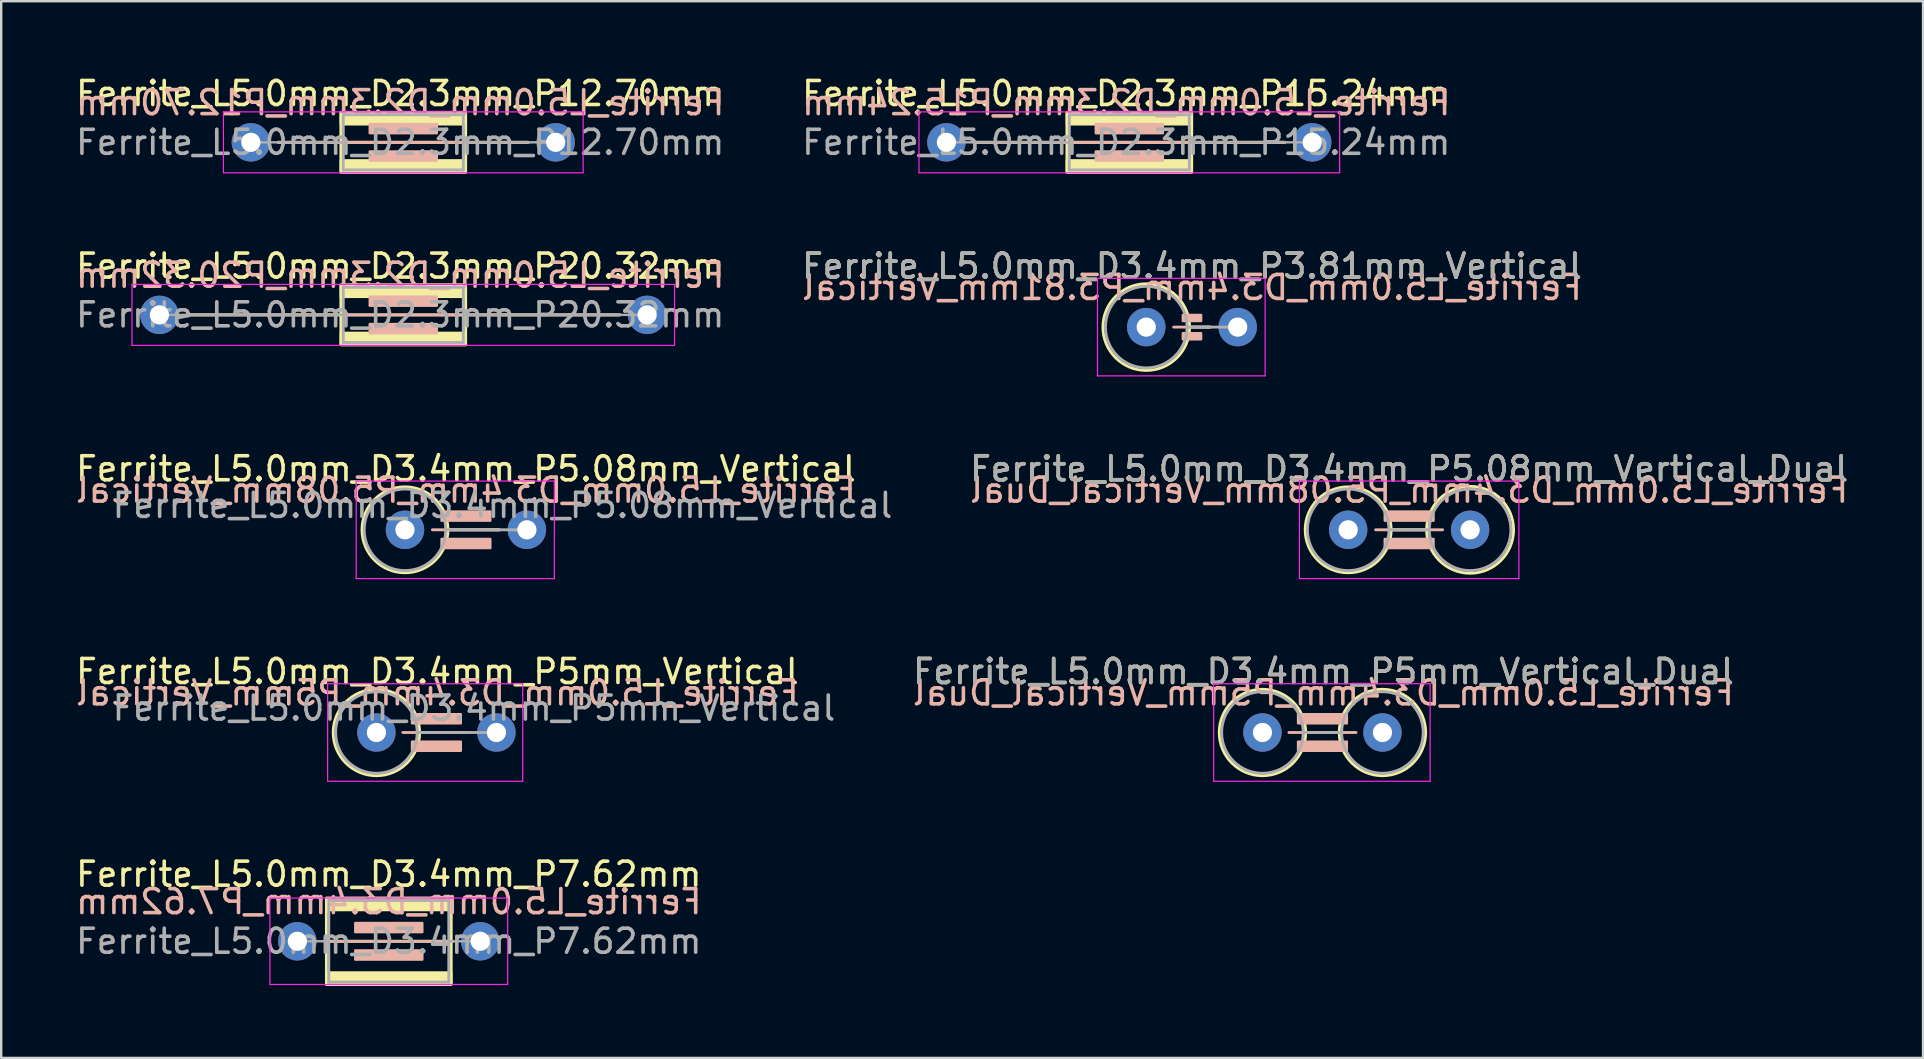
<source format=kicad_pcb>
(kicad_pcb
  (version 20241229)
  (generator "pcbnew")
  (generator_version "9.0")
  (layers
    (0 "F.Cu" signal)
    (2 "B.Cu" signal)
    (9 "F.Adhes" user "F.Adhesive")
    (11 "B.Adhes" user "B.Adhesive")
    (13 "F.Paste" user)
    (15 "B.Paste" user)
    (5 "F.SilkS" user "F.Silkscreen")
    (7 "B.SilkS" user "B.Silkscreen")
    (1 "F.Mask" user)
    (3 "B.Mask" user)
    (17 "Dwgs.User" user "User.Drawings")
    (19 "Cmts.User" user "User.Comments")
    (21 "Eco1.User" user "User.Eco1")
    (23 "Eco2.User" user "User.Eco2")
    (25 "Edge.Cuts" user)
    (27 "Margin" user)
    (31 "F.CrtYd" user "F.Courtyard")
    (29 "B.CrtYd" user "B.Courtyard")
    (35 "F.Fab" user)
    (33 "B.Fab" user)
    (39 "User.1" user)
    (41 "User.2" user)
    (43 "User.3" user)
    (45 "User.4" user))
  (footprint "Ferrite_L5.0mm_D3.4mm_P5mm_Vertical_Dual"
    (layer "F.Cu")
    (at 49.549 27.469)
    (property "Reference" "Ferrite_L5.0mm_D3.4mm_P5mm_Vertical_Dual" (at 2.54 -2.54 0) (layer "F.SilkS") (effects (font (size 1 1) (thickness 0.15))))
    (fp_line (start 1.8 0) (end 3.2 0) (stroke (width 0.12) (type solid)) (layer "F.SilkS"))
    (fp_circle (center 0 0) (end 1.8 0) (stroke (width 0.12) (type solid)) (fill no) (layer "F.SilkS"))
    (fp_circle (center 5 0) (end 6.8 0) (stroke (width 0.12) (type solid)) (fill no) (layer "F.SilkS"))
    (fp_line (start 3.897 0) (end 1.103 0) (stroke (width 0.12) (type solid)) (layer "B.SilkS"))
    (fp_rect (start 1.484 -0.762) (end 3.516 -0.381) (stroke (width 0.1) (type solid)) (fill yes) (layer "B.SilkS"))
    (fp_rect (start 1.484 0.381) (end 3.516 0.762) (stroke (width 0.1) (type solid)) (fill yes) (layer "B.SilkS"))
    (fp_line (start -2.032 -2.032) (end 6.985 -2.032) (stroke (width 0.05) (type solid)) (layer "F.CrtYd"))
    (fp_line (start -2.032 2.032) (end -2.032 -2.032) (stroke (width 0.05) (type solid)) (layer "F.CrtYd"))
    (fp_line (start 6.985 -2.032) (end 6.985 2.032) (stroke (width 0.05) (type solid)) (layer "F.CrtYd"))
    (fp_line (start 6.985 2.032) (end -2.032 2.032) (stroke (width 0.05) (type solid)) (layer "F.CrtYd"))
    (fp_line (start 1.7 0) (end 3.3 0) (stroke (width 0.12) (type solid)) (layer "F.Fab"))
    (fp_circle (center 0 0) (end 1.7 0) (stroke (width 0.12) (type solid)) (fill no) (layer "F.Fab"))
    (fp_circle (center 5 0) (end 6.7 0) (stroke (width 0.12) (type solid)) (fill no) (layer "F.Fab"))
    (fp_text user "${REFERENCE}" (at 2.54 -1.651 0) (layer "B.SilkS") (effects (font (size 1 1) (thickness 0.15)) (justify mirror)))
    (fp_text user "${REFERENCE}" (at 2.54 -2.539 0) (layer "F.Fab") (effects (font (size 1 1) (thickness 0.15))))
    (pad "1" thru_hole circle (at 0 0) (size 1.6 1.6) (drill 0.8) (layers "*.Cu" "*.Mask"))
    (pad "2" thru_hole circle (at 5 0) (size 1.6 1.6) (drill 0.8) (layers "*.Cu" "*.Mask")))
  (footprint "Ferrite_L5.0mm_D3.4mm_P5mm_Vertical"
    (layer "F.Cu")
    (at 12.633 27.469)
    (property "Reference" "Ferrite_L5.0mm_D3.4mm_P5mm_Vertical" (at 2.54 -2.54 0) (layer "F.SilkS") (effects (font (size 1 1) (thickness 0.15))))
    (fp_line (start 1.8 0) (end 3.81 0) (stroke (width 0.12) (type solid)) (layer "F.SilkS"))
    (fp_circle (center 0 0) (end 1.8 0) (stroke (width 0.12) (type solid)) (fill no) (layer "F.SilkS"))
    (fp_line (start 3.897 0) (end 1.103 0) (stroke (width 0.12) (type solid)) (layer "B.SilkS"))
    (fp_rect (start 1.484 -0.762) (end 3.516 -0.381) (stroke (width 0.1) (type solid)) (fill yes) (layer "B.SilkS"))
    (fp_rect (start 1.484 0.381) (end 3.516 0.762) (stroke (width 0.1) (type solid)) (fill yes) (layer "B.SilkS"))
    (fp_line (start -2.032 -2.032) (end 6.096 -2.032) (stroke (width 0.05) (type solid)) (layer "F.CrtYd"))
    (fp_line (start -2.032 2.032) (end -2.032 -2.032) (stroke (width 0.05) (type solid)) (layer "F.CrtYd"))
    (fp_line (start 6.096 -2.032) (end 6.096 2.032) (stroke (width 0.05) (type solid)) (layer "F.CrtYd"))
    (fp_line (start 6.096 2.032) (end -2.032 2.032) (stroke (width 0.05) (type solid)) (layer "F.CrtYd"))
    (fp_line (start 1.7 0) (end 5 0) (stroke (width 0.12) (type solid)) (layer "F.Fab"))
    (fp_circle (center 0 0) (end 1.7 0) (stroke (width 0.12) (type solid)) (fill no) (layer "F.Fab"))
    (fp_text user "${REFERENCE}" (at 2.54 -1.651 0) (layer "B.SilkS") (effects (font (size 1 1) (thickness 0.15)) (justify mirror)))
    (fp_text user "${REFERENCE}" (at 4.064 -1.016 0) (layer "F.Fab") (effects (font (size 1 1) (thickness 0.15))))
    (pad "1" thru_hole circle (at 0 0) (size 1.6 1.6) (drill 0.8) (layers "*.Cu" "*.Mask"))
    (pad "2" thru_hole circle (at 5 0) (size 1.6 1.6) (drill 0.8) (layers "*.Cu" "*.Mask")))
  (footprint "Ferrite_L5.0mm_D3.4mm_P5.08mm_Vertical_Dual"
    (layer "F.Cu")
    (at 53.121 19.024)
    (property "Reference" "Ferrite_L5.0mm_D3.4mm_P5.08mm_Vertical_Dual" (at 2.54 -2.54 0) (layer "F.SilkS") (effects (font (size 1 1) (thickness 0.15))))
    (fp_line (start 1.79 0) (end 3.27 0) (stroke (width 0.12) (type solid)) (layer "F.SilkS"))
    (fp_circle (center 0 0) (end 1.79 0) (stroke (width 0.12) (type solid)) (fill no) (layer "F.SilkS"))
    (fp_circle (center 5.08 0) (end 6.89 0) (stroke (width 0.12) (type solid)) (fill no) (layer "F.SilkS"))
    (fp_line (start 3.937 0) (end 1.143 0) (stroke (width 0.12) (type solid)) (layer "B.SilkS"))
    (fp_rect (start 1.524 -0.762) (end 3.556 -0.381) (stroke (width 0.1) (type solid)) (fill yes) (layer "B.SilkS"))
    (fp_rect (start 1.524 0.381) (end 3.556 0.762) (stroke (width 0.1) (type solid)) (fill yes) (layer "B.SilkS"))
    (fp_line (start -2.032 -2.032) (end 7.112 -2.032) (stroke (width 0.05) (type solid)) (layer "F.CrtYd"))
    (fp_line (start -2.032 2.032) (end -2.032 -2.032) (stroke (width 0.05) (type solid)) (layer "F.CrtYd"))
    (fp_line (start 7.112 -2.032) (end 7.112 2.032) (stroke (width 0.05) (type solid)) (layer "F.CrtYd"))
    (fp_line (start 7.112 2.032) (end -2.032 2.032) (stroke (width 0.05) (type solid)) (layer "F.CrtYd"))
    (fp_line (start 1.7 0) (end 3.38 0) (stroke (width 0.12) (type solid)) (layer "F.Fab"))
    (fp_circle (center 0 0) (end 1.7 0) (stroke (width 0.12) (type solid)) (fill no) (layer "F.Fab"))
    (fp_circle (center 5.08 0) (end 6.78 0) (stroke (width 0.12) (type solid)) (fill no) (layer "F.Fab"))
    (fp_text user "${REFERENCE}" (at 2.54 -1.651 0) (layer "B.SilkS") (effects (font (size 1 1) (thickness 0.15)) (justify mirror)))
    (fp_text user "${REFERENCE}" (at 2.54 -2.539 0) (layer "F.Fab") (effects (font (size 1 1) (thickness 0.15))))
    (pad "1" thru_hole circle (at 0 0) (size 1.6 1.6) (drill 0.8) (layers "*.Cu" "*.Mask"))
    (pad "2" thru_hole circle (at 5.08 0) (size 1.6 1.6) (drill 0.8) (layers "*.Cu" "*.Mask")))
  (footprint "Ferrite_L5.0mm_D2.3mm_P15.24mm"
    (layer "F.Cu")
    (at 36.382 2.88)
    (property "Reference" "Ferrite_L5.0mm_D2.3mm_P15.24mm" (at 7.493 -2.032 0) (layer "F.SilkS") (effects (font (size 1 1) (thickness 0.15))))
    (fp_line (start 9.234 0.000002) (end 1.143 0) (stroke (width 0.12) (type solid)) (layer "F.SilkS"))
    (fp_line (start 9.234 0.000002) (end 14.097 0) (stroke (width 0.12) (type solid)) (layer "F.SilkS"))
    (fp_rect (start 5.02 -1.25) (end 10.22 1.25) (stroke (width 0.12) (type solid)) (fill no) (layer "F.SilkS"))
    (fp_poly (pts (xy 5.02 0.75) (xy 10.22 0.75) (xy 10.22 1.25) (xy 5.02 1.25)) (stroke (width 0.1) (type solid)) (fill yes) (layer "F.SilkS"))
    (fp_poly (pts (xy 10.22 -0.75) (xy 5.02 -0.75) (xy 5.02 -1.25) (xy 10.22 -1.25)) (stroke (width 0.1) (type solid)) (fill yes) (layer "F.SilkS"))
    (fp_line (start 1.143 0) (end 14.097 0) (stroke (width 0.12) (type solid)) (layer "B.SilkS"))
    (fp_rect (start 6.223 -0.762) (end 9.017 -0.381) (stroke (width 0.1) (type solid)) (fill yes) (layer "B.SilkS"))
    (fp_rect (start 6.223 0.381) (end 9.017 0.762) (stroke (width 0.1) (type solid)) (fill yes) (layer "B.SilkS"))
    (fp_line (start -1.143 -1.27) (end 16.383 -1.27) (stroke (width 0.05) (type solid)) (layer "F.CrtYd"))
    (fp_line (start -1.143 1.27) (end -1.143 -1.27) (stroke (width 0.05) (type solid)) (layer "F.CrtYd"))
    (fp_line (start 16.383 -1.27) (end 16.383 1.27) (stroke (width 0.05) (type solid)) (layer "F.CrtYd"))
    (fp_line (start 16.383 1.27) (end -1.143 1.27) (stroke (width 0.05) (type solid)) (layer "F.CrtYd"))
    (fp_line (start 0 0) (end 5.12 0) (stroke (width 0.1) (type solid)) (layer "F.Fab"))
    (fp_line (start 5.12 -1.15) (end 10.12 -1.15) (stroke (width 0.12) (type solid)) (layer "F.Fab"))
    (fp_line (start 5.12 1.15) (end 5.12 -1.15) (stroke (width 0.12) (type solid)) (layer "F.Fab"))
    (fp_line (start 10.12 -1.15) (end 10.12 1.15) (stroke (width 0.12) (type solid)) (layer "F.Fab"))
    (fp_line (start 10.12 1.15) (end 5.12 1.15) (stroke (width 0.12) (type solid)) (layer "F.Fab"))
    (fp_line (start 15.24 0) (end 10.12 0) (stroke (width 0.1) (type solid)) (layer "F.Fab"))
    (fp_text user "${REFERENCE}" (at 7.493 -1.651 0) (layer "B.SilkS") (effects (font (size 1 1) (thickness 0.15)) (justify mirror)))
    (fp_text user "${REFERENCE}" (at 7.493 0 0) (layer "F.Fab") (effects (font (size 1 1) (thickness 0.15))))
    (pad "1" thru_hole circle (at 0 0) (size 1.6 1.6) (drill 0.8) (layers "*.Cu" "*.Mask"))
    (pad "2" thru_hole circle (at 15.24 0) (size 1.6 1.6) (drill 0.8) (layers "*.Cu" "*.Mask")))
  (footprint "Ferrite_L5.0mm_D2.3mm_P20.32mm"
    (layer "F.Cu")
    (at 3.592 10.07)
    (property "Reference" "Ferrite_L5.0mm_D2.3mm_P20.32mm" (at 10.033 -2.032 0) (layer "F.SilkS") (effects (font (size 1 1) (thickness 0.15))))
    (fp_line (start 11.774 0.000002) (end 1.143 0) (stroke (width 0.12) (type solid)) (layer "F.SilkS"))
    (fp_line (start 11.774 0.000002) (end 19.177 0) (stroke (width 0.12) (type solid)) (layer "F.SilkS"))
    (fp_rect (start 7.56 -1.25) (end 12.76 1.25) (stroke (width 0.12) (type solid)) (fill no) (layer "F.SilkS"))
    (fp_poly (pts (xy 7.56 0.75) (xy 12.76 0.75) (xy 12.76 1.25) (xy 7.56 1.25)) (stroke (width 0.1) (type solid)) (fill yes) (layer "F.SilkS"))
    (fp_poly (pts (xy 12.76 -0.75) (xy 7.56 -0.75) (xy 7.56 -1.25) (xy 12.76 -1.25)) (stroke (width 0.1) (type solid)) (fill yes) (layer "F.SilkS"))
    (fp_line (start 1.143 0) (end 19.177 0) (stroke (width 0.12) (type solid)) (layer "B.SilkS"))
    (fp_rect (start 8.763 -0.762) (end 11.557 -0.381) (stroke (width 0.1) (type solid)) (fill yes) (layer "B.SilkS"))
    (fp_rect (start 8.763 0.381) (end 11.557 0.762) (stroke (width 0.1) (type solid)) (fill yes) (layer "B.SilkS"))
    (fp_line (start -1.143 -1.27) (end 21.463 -1.27) (stroke (width 0.05) (type solid)) (layer "F.CrtYd"))
    (fp_line (start -1.143 1.27) (end -1.143 -1.27) (stroke (width 0.05) (type solid)) (layer "F.CrtYd"))
    (fp_line (start 21.463 -1.27) (end 21.463 1.27) (stroke (width 0.05) (type solid)) (layer "F.CrtYd"))
    (fp_line (start 21.463 1.27) (end -1.143 1.27) (stroke (width 0.05) (type solid)) (layer "F.CrtYd"))
    (fp_line (start 0 0) (end 7.66 0) (stroke (width 0.1) (type solid)) (layer "F.Fab"))
    (fp_line (start 7.66 -1.15) (end 12.66 -1.15) (stroke (width 0.12) (type solid)) (layer "F.Fab"))
    (fp_line (start 7.66 1.15) (end 7.66 -1.15) (stroke (width 0.12) (type solid)) (layer "F.Fab"))
    (fp_line (start 12.66 -1.15) (end 12.66 1.15) (stroke (width 0.12) (type solid)) (layer "F.Fab"))
    (fp_line (start 12.66 1.15) (end 7.66 1.15) (stroke (width 0.12) (type solid)) (layer "F.Fab"))
    (fp_line (start 20.32 0) (end 12.66 0) (stroke (width 0.1) (type solid)) (layer "F.Fab"))
    (fp_text user "${REFERENCE}" (at 10.033 -1.651 0) (layer "B.SilkS") (effects (font (size 1 1) (thickness 0.15)) (justify mirror)))
    (fp_text user "${REFERENCE}" (at 10.033 0 0) (layer "F.Fab") (effects (font (size 1 1) (thickness 0.15))))
    (pad "1" thru_hole circle (at 0 0) (size 1.6 1.6) (drill 0.8) (layers "*.Cu" "*.Mask"))
    (pad "2" thru_hole circle (at 20.32 0) (size 1.6 1.6) (drill 0.8) (layers "*.Cu" "*.Mask")))
  (footprint "Ferrite_L5.0mm_D2.3mm_P12.70mm"
    (layer "F.Cu")
    (at 7.402 2.88)
    (property "Reference" "Ferrite_L5.0mm_D2.3mm_P12.70mm" (at 6.223 -2.032 0) (layer "F.SilkS") (effects (font (size 1 1) (thickness 0.15))))
    (fp_line (start 7.964 0.000002) (end 1.143 0) (stroke (width 0.12) (type solid)) (layer "F.SilkS"))
    (fp_line (start 7.964 0.000002) (end 11.557 0) (stroke (width 0.12) (type solid)) (layer "F.SilkS"))
    (fp_rect (start 3.75 -1.25) (end 8.95 1.25) (stroke (width 0.12) (type solid)) (fill no) (layer "F.SilkS"))
    (fp_poly (pts (xy 3.75 0.75) (xy 8.95 0.75) (xy 8.95 1.25) (xy 3.75 1.25)) (stroke (width 0.1) (type solid)) (fill yes) (layer "F.SilkS"))
    (fp_poly (pts (xy 8.95 -0.75) (xy 3.75 -0.75) (xy 3.75 -1.25) (xy 8.95 -1.25)) (stroke (width 0.1) (type solid)) (fill yes) (layer "F.SilkS"))
    (fp_line (start 1.143 0) (end 11.557 0) (stroke (width 0.12) (type solid)) (layer "B.SilkS"))
    (fp_rect (start 4.953 -0.762) (end 7.747 -0.381) (stroke (width 0.1) (type solid)) (fill yes) (layer "B.SilkS"))
    (fp_rect (start 4.953 0.381) (end 7.747 0.762) (stroke (width 0.1) (type solid)) (fill yes) (layer "B.SilkS"))
    (fp_line (start -1.143 -1.27) (end 13.843 -1.27) (stroke (width 0.05) (type solid)) (layer "F.CrtYd"))
    (fp_line (start -1.143 1.27) (end -1.143 -1.27) (stroke (width 0.05) (type solid)) (layer "F.CrtYd"))
    (fp_line (start 13.843 -1.27) (end 13.843 1.27) (stroke (width 0.05) (type solid)) (layer "F.CrtYd"))
    (fp_line (start 13.843 1.27) (end -1.143 1.27) (stroke (width 0.05) (type solid)) (layer "F.CrtYd"))
    (fp_line (start 0 0) (end 3.85 0) (stroke (width 0.1) (type solid)) (layer "F.Fab"))
    (fp_line (start 3.85 -1.15) (end 8.85 -1.15) (stroke (width 0.12) (type solid)) (layer "F.Fab"))
    (fp_line (start 3.85 1.15) (end 3.85 -1.15) (stroke (width 0.12) (type solid)) (layer "F.Fab"))
    (fp_line (start 8.85 -1.15) (end 8.85 1.15) (stroke (width 0.12) (type solid)) (layer "F.Fab"))
    (fp_line (start 8.85 1.15) (end 3.85 1.15) (stroke (width 0.12) (type solid)) (layer "F.Fab"))
    (fp_line (start 12.7 0) (end 8.85 0) (stroke (width 0.1) (type solid)) (layer "F.Fab"))
    (fp_text user "${REFERENCE}" (at 6.223 -1.651 0) (layer "B.SilkS") (effects (font (size 1 1) (thickness 0.15)) (justify mirror)))
    (fp_text user "${REFERENCE}" (at 6.223 0 0) (layer "F.Fab") (effects (font (size 1 1) (thickness 0.15))))
    (pad "1" thru_hole circle (at 0 0) (size 1.6 1.6) (drill 0.8) (layers "*.Cu" "*.Mask"))
    (pad "2" thru_hole circle (at 12.7 0) (size 1.6 1.6) (drill 0.8) (layers "*.Cu" "*.Mask")))
  (footprint "Ferrite_L5.0mm_D3.4mm_P3.81mm_Vertical"
    (layer "F.Cu")
    (at 44.708 10.579)
    (property "Reference" "Ferrite_L5.0mm_D3.4mm_P3.81mm_Vertical" (at 1.905 -2.54 0) (layer "F.SilkS") (effects (font (size 1 1) (thickness 0.15))))
    (fp_line (start 1.805 0) (end 2.667 0) (stroke (width 0.12) (type solid)) (layer "F.SilkS"))
    (fp_circle (center 0 0) (end 1.805 0) (stroke (width 0.12) (type solid)) (fill no) (layer "F.SilkS"))
    (fp_line (start 2.667 0) (end 1.143 0) (stroke (width 0.12) (type solid)) (layer "B.SilkS"))
    (fp_rect (start 1.524 -0.508) (end 2.286 -0.254) (stroke (width 0.1) (type solid)) (fill yes) (layer "B.SilkS"))
    (fp_rect (start 1.524 0.254) (end 2.286 0.508) (stroke (width 0.1) (type solid)) (fill yes) (layer "B.SilkS"))
    (fp_line (start -2.032 -2.032) (end 4.953 -2.032) (stroke (width 0.05) (type solid)) (layer "F.CrtYd"))
    (fp_line (start -2.032 2.032) (end -2.032 -2.032) (stroke (width 0.05) (type solid)) (layer "F.CrtYd"))
    (fp_line (start 4.953 -2.032) (end 4.953 2.032) (stroke (width 0.05) (type solid)) (layer "F.CrtYd"))
    (fp_line (start 4.953 2.032) (end -2.032 2.032) (stroke (width 0.05) (type solid)) (layer "F.CrtYd"))
    (fp_line (start 1.7 0) (end 3.81 0) (stroke (width 0.12) (type solid)) (layer "F.Fab"))
    (fp_circle (center 0 0) (end 1.7 0) (stroke (width 0.12) (type solid)) (fill no) (layer "F.Fab"))
    (fp_text user "${REFERENCE}" (at 1.905 -1.651 0) (layer "B.SilkS") (effects (font (size 1 1) (thickness 0.15)) (justify mirror)))
    (fp_text user "${REFERENCE}" (at 1.905 -2.539 0) (layer "F.Fab") (effects (font (size 1 1) (thickness 0.15))))
    (pad "1" thru_hole circle (at 0 0) (size 1.6 1.6) (drill 0.8) (layers "*.Cu" "*.Mask"))
    (pad "2" thru_hole circle (at 3.81 0) (size 1.6 1.6) (drill 0.8) (layers "*.Cu" "*.Mask")))
  (footprint "Ferrite_L5.0mm_D3.4mm_P7.62mm"
    (layer "F.Cu")
    (at 9.339 36.168)
    (property "Reference" "Ferrite_L5.0mm_D3.4mm_P7.62mm" (at 3.81 -2.794 0) (layer "F.SilkS") (effects (font (size 1 1) (thickness 0.15))))
    (fp_line (start 5.424 0.000002) (end 1.143 0) (stroke (width 0.12) (type solid)) (layer "F.SilkS"))
    (fp_line (start 5.424 0.000002) (end 6.477 0) (stroke (width 0.12) (type solid)) (layer "F.SilkS"))
    (fp_rect (start 1.21 -1.8) (end 6.41 1.8) (stroke (width 0.12) (type solid)) (fill no) (layer "F.SilkS"))
    (fp_poly (pts (xy 1.21 1.3) (xy 6.41 1.3) (xy 6.41 1.8) (xy 1.21 1.8)) (stroke (width 0.1) (type solid)) (fill yes) (layer "F.SilkS"))
    (fp_poly (pts (xy 6.41 -1.3) (xy 1.21 -1.3) (xy 1.21 -1.8) (xy 6.41 -1.8)) (stroke (width 0.1) (type solid)) (fill yes) (layer "F.SilkS"))
    (fp_line (start 1.143 0) (end 6.477 0) (stroke (width 0.12) (type solid)) (layer "B.SilkS"))
    (fp_rect (start 2.413 -0.762) (end 5.207 -0.381) (stroke (width 0.1) (type solid)) (fill yes) (layer "B.SilkS"))
    (fp_rect (start 2.413 0.381) (end 5.207 0.762) (stroke (width 0.1) (type solid)) (fill yes) (layer "B.SilkS"))
    (fp_line (start -1.143 -1.8) (end 8.763 -1.8) (stroke (width 0.05) (type solid)) (layer "F.CrtYd"))
    (fp_line (start -1.143 1.8) (end -1.143 -1.8) (stroke (width 0.05) (type solid)) (layer "F.CrtYd"))
    (fp_line (start 8.763 -1.8) (end 8.763 1.8) (stroke (width 0.05) (type solid)) (layer "F.CrtYd"))
    (fp_line (start 8.763 1.8) (end -1.143 1.8) (stroke (width 0.05) (type solid)) (layer "F.CrtYd"))
    (fp_line (start 0 0) (end 1.31 0) (stroke (width 0.1) (type solid)) (layer "F.Fab"))
    (fp_line (start 1.31 -1.7) (end 6.31 -1.7) (stroke (width 0.12) (type solid)) (layer "F.Fab"))
    (fp_line (start 1.31 1.7) (end 1.31 -1.7) (stroke (width 0.12) (type solid)) (layer "F.Fab"))
    (fp_line (start 6.31 -1.7) (end 6.31 1.7) (stroke (width 0.12) (type solid)) (layer "F.Fab"))
    (fp_line (start 6.31 1.7) (end 1.31 1.7) (stroke (width 0.12) (type solid)) (layer "F.Fab"))
    (fp_line (start 7.62 0) (end 6.31 0) (stroke (width 0.1) (type solid)) (layer "F.Fab"))
    (fp_text user "${REFERENCE}" (at 3.81 -1.651 0) (layer "B.SilkS") (effects (font (size 1 1) (thickness 0.15)) (justify mirror)))
    (fp_text user "${REFERENCE}" (at 3.81 0 0) (layer "F.Fab") (effects (font (size 1 1) (thickness 0.15))))
    (pad "1" thru_hole circle (at 0 0) (size 1.6 1.6) (drill 0.8) (layers "*.Cu" "*.Mask"))
    (pad "2" thru_hole circle (at 7.62 0) (size 1.6 1.6) (drill 0.8) (layers "*.Cu" "*.Mask")))
  (footprint "Ferrite_L5.0mm_D3.4mm_P5.08mm_Vertical"
    (layer "F.Cu")
    (at 13.823 19.024)
    (property "Reference" "Ferrite_L5.0mm_D3.4mm_P5.08mm_Vertical" (at 2.54 -2.54 0) (layer "F.SilkS") (effects (font (size 1 1) (thickness 0.15))))
    (fp_line (start 1.79 0) (end 3.937 0) (stroke (width 0.12) (type solid)) (layer "F.SilkS"))
    (fp_circle (center 0 0) (end 1.79 0) (stroke (width 0.12) (type solid)) (fill no) (layer "F.SilkS"))
    (fp_line (start 3.937 0) (end 1.143 0) (stroke (width 0.12) (type solid)) (layer "B.SilkS"))
    (fp_rect (start 1.524 -0.762) (end 3.556 -0.381) (stroke (width 0.1) (type solid)) (fill yes) (layer "B.SilkS"))
    (fp_rect (start 1.524 0.381) (end 3.556 0.762) (stroke (width 0.1) (type solid)) (fill yes) (layer "B.SilkS"))
    (fp_line (start -2.032 -2.032) (end 6.223 -2.032) (stroke (width 0.05) (type solid)) (layer "F.CrtYd"))
    (fp_line (start -2.032 2.032) (end -2.032 -2.032) (stroke (width 0.05) (type solid)) (layer "F.CrtYd"))
    (fp_line (start 6.223 -2.032) (end 6.223 2.032) (stroke (width 0.05) (type solid)) (layer "F.CrtYd"))
    (fp_line (start 6.223 2.032) (end -2.032 2.032) (stroke (width 0.05) (type solid)) (layer "F.CrtYd"))
    (fp_line (start 1.7 0) (end 5.08 0) (stroke (width 0.12) (type solid)) (layer "F.Fab"))
    (fp_circle (center 0 0) (end 1.7 0) (stroke (width 0.12) (type solid)) (fill no) (layer "F.Fab"))
    (fp_text user "${REFERENCE}" (at 2.54 -1.651 0) (layer "B.SilkS") (effects (font (size 1 1) (thickness 0.15)) (justify mirror)))
    (fp_text user "${REFERENCE}" (at 4.064 -1.016 0) (layer "F.Fab") (effects (font (size 1 1) (thickness 0.15))))
    (pad "1" thru_hole circle (at 0 0) (size 1.6 1.6) (drill 0.8) (layers "*.Cu" "*.Mask"))
    (pad "2" thru_hole circle (at 5.08 0) (size 1.6 1.6) (drill 0.8) (layers "*.Cu" "*.Mask")))
  (gr_rect
    (start -3 -3)
    (end 77.072 41.028)
    (stroke (width 0.1) (type default))
    (fill no)
    (layer "Edge.Cuts")))
</source>
